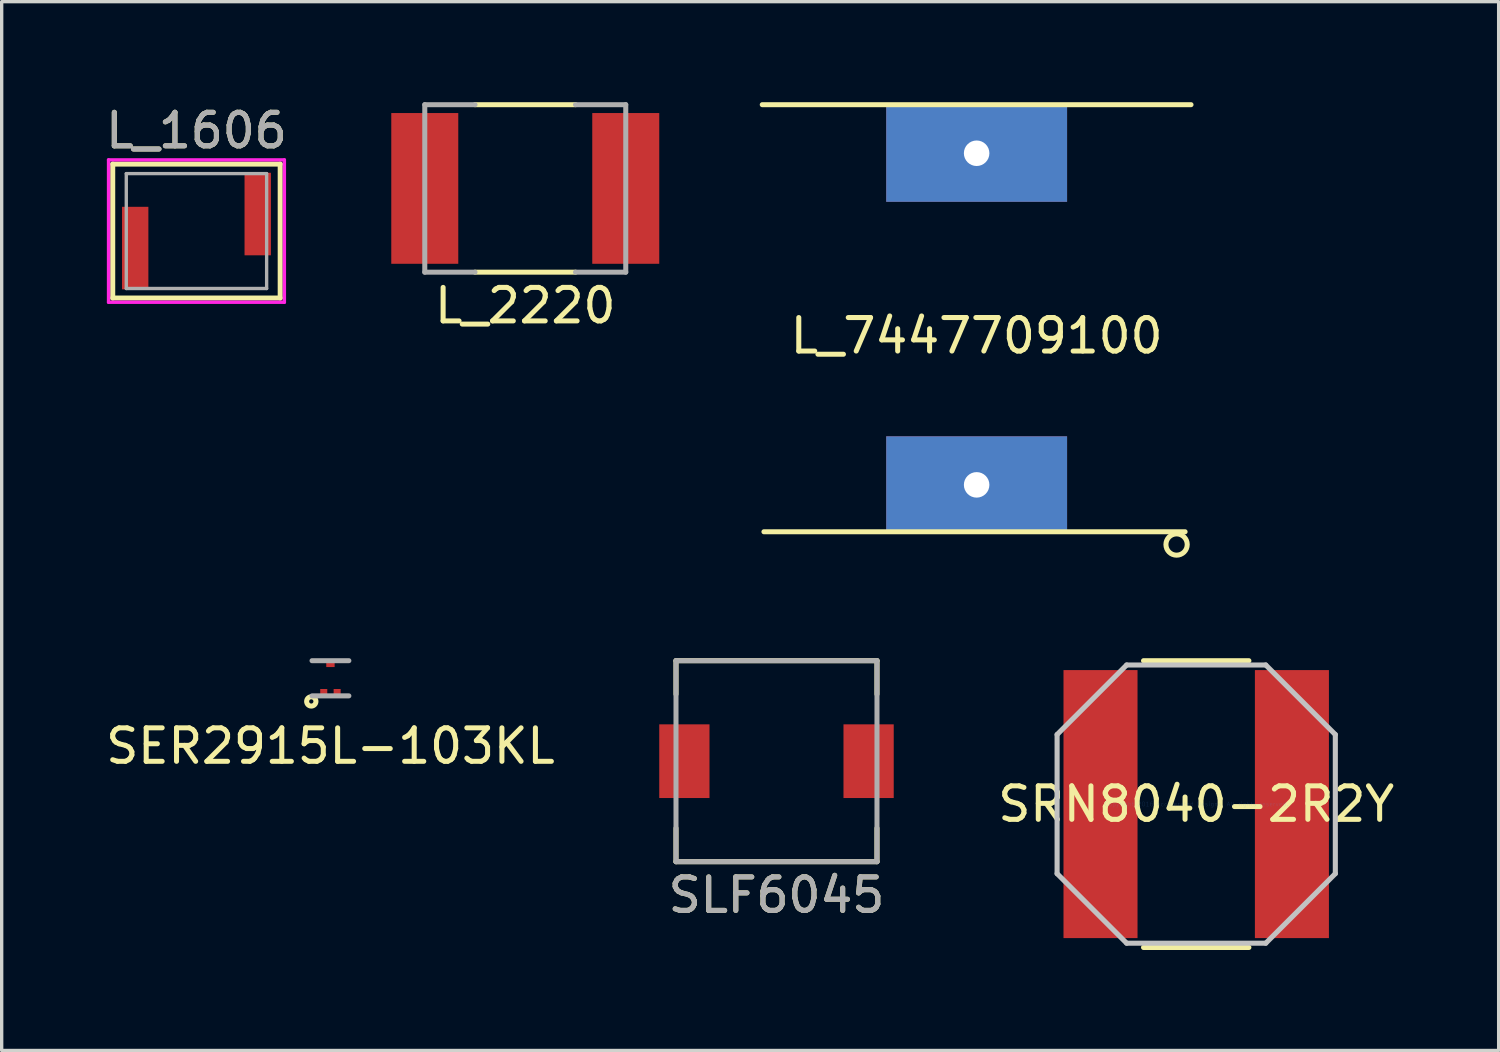
<source format=kicad_pcb>
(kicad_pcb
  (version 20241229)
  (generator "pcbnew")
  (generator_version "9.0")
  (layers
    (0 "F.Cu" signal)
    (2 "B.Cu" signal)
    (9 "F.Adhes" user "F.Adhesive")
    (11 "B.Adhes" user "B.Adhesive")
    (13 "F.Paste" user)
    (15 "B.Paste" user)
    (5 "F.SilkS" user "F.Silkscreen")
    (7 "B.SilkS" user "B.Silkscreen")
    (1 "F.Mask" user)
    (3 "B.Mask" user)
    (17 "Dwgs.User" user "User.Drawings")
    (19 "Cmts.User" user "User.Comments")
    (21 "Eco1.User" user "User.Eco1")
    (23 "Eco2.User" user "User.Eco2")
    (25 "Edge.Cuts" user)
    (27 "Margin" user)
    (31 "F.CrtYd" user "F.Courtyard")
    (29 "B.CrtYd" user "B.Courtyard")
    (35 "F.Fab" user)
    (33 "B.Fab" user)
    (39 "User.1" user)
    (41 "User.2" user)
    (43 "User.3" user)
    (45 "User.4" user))
  (footprint "L_1606"
    (layer "F.Cu")
    (at 2.815 3.848)
    (property "Reference" "L_1606" (at 0 -3 0) (layer "F.SilkS") (effects (font (size 1 1) (thickness 0.15))))
    (attr through_hole)
    (fp_line (start -2.5 -2) (end -2.5 2) (stroke (width 0.15) (type solid)) (layer "F.SilkS"))
    (fp_line (start -2.5 2) (end 2.5 2) (stroke (width 0.15) (type solid)) (layer "F.SilkS"))
    (fp_line (start 2.5 -2) (end -2.5 -2) (stroke (width 0.15) (type solid)) (layer "F.SilkS"))
    (fp_line (start 2.5 2) (end 2.5 -2) (stroke (width 0.15) (type solid)) (layer "F.SilkS"))
    (fp_line (start -2.625 -2.125) (end 2.625 -2.125) (stroke (width 0.1) (type solid)) (layer "F.CrtYd"))
    (fp_line (start -2.625 2.125) (end -2.625 -2.125) (stroke (width 0.1) (type solid)) (layer "F.CrtYd"))
    (fp_line (start 2.625 -2.125) (end 2.625 2.125) (stroke (width 0.1) (type solid)) (layer "F.CrtYd"))
    (fp_line (start 2.625 2.125) (end -2.625 2.125) (stroke (width 0.1) (type solid)) (layer "F.CrtYd"))
    (fp_line (start -2.095 -1.715) (end -2.095 1.715) (stroke (width 0.1) (type solid)) (layer "F.Fab"))
    (fp_line (start -2.095 1.715) (end 2.095 1.715) (stroke (width 0.1) (type solid)) (layer "F.Fab"))
    (fp_line (start 2.095 -1.715) (end -2.095 -1.715) (stroke (width 0.1) (type solid)) (layer "F.Fab"))
    (fp_line (start 2.095 1.715) (end 2.095 -1.715) (stroke (width 0.1) (type solid)) (layer "F.Fab"))
    (fp_text user "${REFERENCE}" (at 0 -3 0) (layer "F.Fab") (effects (font (size 1 1) (thickness 0.15))))
    (pad "1" smd rect (at 1.829 -0.508) (size 0.787 2.464) (layers "F.Cu" "F.Mask" "F.Paste"))
    (pad "2" smd rect (at -1.829 0.508) (size 0.787 2.464) (layers "F.Cu" "F.Mask" "F.Paste")))
  (footprint "L_2220"
    (layer "F.Cu")
    (at 12.631 2.575)
    (property "Reference" "L_2220" (at 0 3.5 0) (layer "F.SilkS") (effects (font (size 1 1) (thickness 0.15))))
    (attr through_hole)
    (fp_line (start -1.5 -2.5) (end 1.5 -2.5) (stroke (width 0.15) (type solid)) (layer "F.SilkS"))
    (fp_line (start 1.5 2.5) (end -1.5 2.5) (stroke (width 0.15) (type solid)) (layer "F.SilkS"))
    (fp_line (start -3 -2.5) (end -3 2.5) (stroke (width 0.15) (type solid)) (layer "F.Fab"))
    (fp_line (start -3 2.5) (end -1.5 2.5) (stroke (width 0.15) (type solid)) (layer "F.Fab"))
    (fp_line (start -1.5 -2.5) (end -3 -2.5) (stroke (width 0.15) (type solid)) (layer "F.Fab"))
    (fp_line (start 1.5 2.5) (end 3 2.5) (stroke (width 0.15) (type solid)) (layer "F.Fab"))
    (fp_line (start 3 -2.5) (end 1.5 -2.5) (stroke (width 0.15) (type solid)) (layer "F.Fab"))
    (fp_line (start 3 2.5) (end 3 -2.5) (stroke (width 0.15) (type solid)) (layer "F.Fab"))
    (pad "1" smd rect (at -3 0) (size 2 4.5) (layers "F.Cu" "F.Mask" "F.Paste"))
    (pad "2" smd rect (at 3 0) (size 2 4.5) (layers "F.Cu" "F.Mask" "F.Paste")))
  (footprint "SER2915L-103KL"
    (layer "F.Cu")
    (at 6.815 17.064)
    (property "Reference" "SER2915L-103KL" (at 0 2.159 0) (layer "F.SilkS") (effects (font (size 1 1) (thickness 0.15))))
    (attr through_hole)
    (fp_circle (center -0.572 0.826) (end -0.572 0.762) (stroke (width 0.15) (type solid)) (fill no) (layer "F.SilkS"))
    (fp_line (start -0.55 -0.39) (end 0.55 -0.39) (stroke (width 0.15) (type solid)) (layer "F.Fab"))
    (fp_line (start 0.55 0.66) (end -0.55 0.66) (stroke (width 0.15) (type solid)) (layer "F.Fab"))
    (pad "1" smd rect (at -0.2 0.565) (size 0.21 0.22) (layers "F.Cu" "F.Mask" "F.Paste"))
    (pad "2" smd rect (at 0.2 0.565) (size 0.21 0.22) (layers "F.Cu" "F.Mask" "F.Paste"))
    (pad "3" smd rect (at 0 -0.304) (size 0.25 0.208) (layers "F.Cu" "F.Mask" "F.Paste")))
  (footprint "SRN8040-2R2Y"
    (layer "F.Cu")
    (at 32.661 20.955)
    (property "Reference" "SRN8040-2R2Y" (at 0 0 0) (layer "F.SilkS") (effects (font (size 1 1) (thickness 0.15))))
    (attr through_hole)
    (fp_line (start -1.572 4.28) (end 1.572 4.28) (stroke (width 0.152) (type solid)) (layer "F.SilkS"))
    (fp_line (start 1.572 -4.28) (end -1.572 -4.28) (stroke (width 0.152) (type solid)) (layer "F.SilkS"))
    (fp_line (start -4.153 -2.076) (end -4.153 2.076) (stroke (width 0.152) (type solid)) (layer "Dwgs.User"))
    (fp_line (start -4.153 2.076) (end -2.076 4.153) (stroke (width 0.152) (type solid)) (layer "Dwgs.User"))
    (fp_line (start -2.076 -4.153) (end -4.153 -2.076) (stroke (width 0.152) (type solid)) (layer "Dwgs.User"))
    (fp_line (start -2.076 4.153) (end 2.076 4.153) (stroke (width 0.152) (type solid)) (layer "Dwgs.User"))
    (fp_line (start 2.076 -4.153) (end -2.076 -4.153) (stroke (width 0.152) (type solid)) (layer "Dwgs.User"))
    (fp_line (start 2.076 4.153) (end 4.153 2.076) (stroke (width 0.152) (type solid)) (layer "Dwgs.User"))
    (fp_line (start 4.153 -2.076) (end 2.076 -4.153) (stroke (width 0.152) (type solid)) (layer "Dwgs.User"))
    (fp_line (start 4.153 2.076) (end 4.153 -2.076) (stroke (width 0.152) (type solid)) (layer "Dwgs.User"))
    (fp_text user "Copyright 2016 Accelerated Designs. All rights reserved." (at 0 0 0) (layer "Cmts.User") (effects (font (size 0.127 0.127) (thickness 0.002))))
    (pad "1" smd rect (at -2.857 0) (size 2.21 8.001) (layers "F.Cu" "F.Mask" "F.Paste"))
    (pad "2" smd rect (at 2.857 0) (size 2.21 8.001) (layers "F.Cu" "F.Mask" "F.Paste")))
  (footprint "SLF6045"
    (layer "F.Cu")
    (at 20.131 19.674)
    (property "Reference" "SLF6045" (at 0 4 0) (layer "F.SilkS") (effects (font (size 1 1) (thickness 0.15))))
    (attr through_hole)
    (fp_line (start -3 -3) (end 3 -3) (stroke (width 0.15) (type solid)) (layer "F.SilkS"))
    (fp_line (start -3 -2) (end -3 -3) (stroke (width 0.15) (type solid)) (layer "F.SilkS"))
    (fp_line (start -3 3) (end -3 2) (stroke (width 0.15) (type solid)) (layer "F.SilkS"))
    (fp_line (start 3 -3) (end 3 -2) (stroke (width 0.15) (type solid)) (layer "F.SilkS"))
    (fp_line (start 3 2) (end 3 3) (stroke (width 0.15) (type solid)) (layer "F.SilkS"))
    (fp_line (start 3 3) (end -3 3) (stroke (width 0.15) (type solid)) (layer "F.SilkS"))
    (fp_line (start -3 -3) (end 3 -3) (stroke (width 0.15) (type solid)) (layer "F.Fab"))
    (fp_line (start -3 3) (end -3 -3) (stroke (width 0.15) (type solid)) (layer "F.Fab"))
    (fp_line (start 3 -3) (end 3 3) (stroke (width 0.15) (type solid)) (layer "F.Fab"))
    (fp_line (start 3 3) (end -3 3) (stroke (width 0.15) (type solid)) (layer "F.Fab"))
    (fp_text user "${REFERENCE}" (at 0 4 0) (layer "F.Fab") (effects (font (size 1 1) (thickness 0.15))))
    (pad "1" smd rect (at -2.75 0) (size 1.5 2.2) (layers "F.Cu" "F.Mask" "F.Paste"))
    (pad "2" smd rect (at 2.75 0) (size 1.5 2.2) (layers "F.Cu" "F.Mask" "F.Paste")))
  (footprint "L_7447709100"
    (layer "F.Cu")
    (at 26.106 6.475)
    (property "Reference" "L_7447709100" (at 0 0.5 0) (layer "F.SilkS") (effects (font (size 1 1) (thickness 0.15))))
    (attr through_hole)
    (fp_line (start -6.35 6.35) (end 6.223 6.35) (stroke (width 0.15) (type solid)) (layer "F.SilkS"))
    (fp_line (start 6.4 -6.4) (end -6.4 -6.4) (stroke (width 0.15) (type solid)) (layer "F.SilkS"))
    (fp_circle (center 5.969 6.731) (end 6.287 6.731) (stroke (width 0.15) (type solid)) (fill no) (layer "F.SilkS"))
    (pad "1" thru_hole rect (at 0 4.95) (size 5.4 2.9) (drill 0.762) (layers "*.Mask" "F.Cu"))
    (pad "2" thru_hole rect (at 0 -4.95) (size 5.4 2.9) (drill 0.762) (layers "*.Mask" "F.Cu")))
  (gr_rect
    (start -3 -3)
    (end 41.69 28.311)
    (stroke (width 0.1) (type default))
    (fill no)
    (layer "Edge.Cuts")))
</source>
